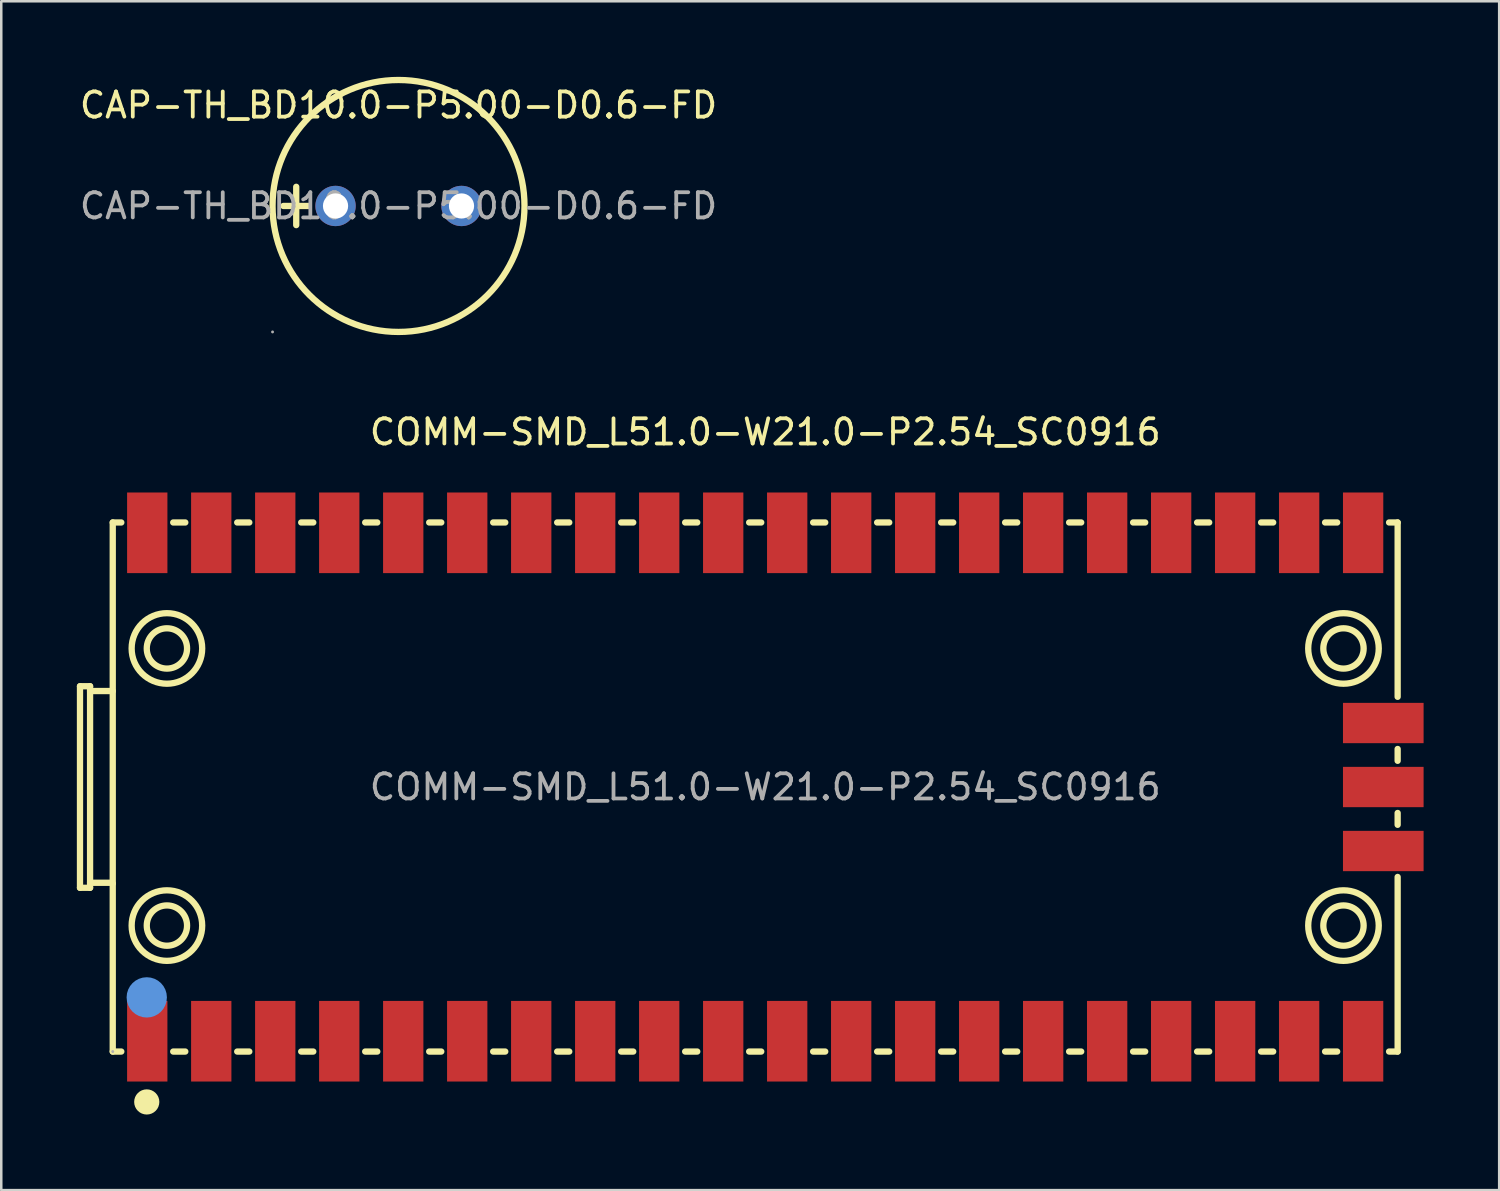
<source format=kicad_pcb>
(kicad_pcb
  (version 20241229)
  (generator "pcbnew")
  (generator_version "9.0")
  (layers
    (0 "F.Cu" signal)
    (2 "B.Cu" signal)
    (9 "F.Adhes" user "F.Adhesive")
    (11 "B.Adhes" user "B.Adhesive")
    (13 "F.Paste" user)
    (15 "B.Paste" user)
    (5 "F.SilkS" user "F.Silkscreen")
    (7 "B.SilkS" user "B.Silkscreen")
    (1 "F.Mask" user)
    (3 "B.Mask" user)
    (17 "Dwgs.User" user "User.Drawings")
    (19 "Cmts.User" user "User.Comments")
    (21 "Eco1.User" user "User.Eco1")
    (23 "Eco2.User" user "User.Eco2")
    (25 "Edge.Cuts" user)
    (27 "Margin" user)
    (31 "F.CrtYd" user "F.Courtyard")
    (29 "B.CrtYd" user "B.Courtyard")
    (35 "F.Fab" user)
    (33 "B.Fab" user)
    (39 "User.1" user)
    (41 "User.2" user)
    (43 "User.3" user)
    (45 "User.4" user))
  (footprint "COMM-SMD_L51.0-W21.0-P2.54_SC0916"
    (layer "F.Cu")
    (at 27.325 28.188)
    (property "Reference" "COMM-SMD_L51.0-W21.0-P2.54_SC0916" (at 0 -14.09 0) (layer "F.SilkS") (effects (font (size 1 1) (thickness 0.15))))
    (attr smd)
    (fp_line (start -27.2 -4) (end -27.2 4) (stroke (width 0.25) (type solid)) (layer "F.SilkS"))
    (fp_line (start -27.2 -4) (end -26.8 -4) (stroke (width 0.25) (type solid)) (layer "F.SilkS"))
    (fp_line (start -26.8 -4) (end -26.8 4) (stroke (width 0.25) (type solid)) (layer "F.SilkS"))
    (fp_line (start -26.8 -3.81) (end -25.9 -3.81) (stroke (width 0.25) (type solid)) (layer "F.SilkS"))
    (fp_line (start -26.8 3.8) (end -25.93 3.8) (stroke (width 0.25) (type solid)) (layer "F.SilkS"))
    (fp_line (start -26.8 4) (end -27.2 4) (stroke (width 0.25) (type solid)) (layer "F.SilkS"))
    (fp_line (start -25.93 3.8) (end -25.9 3.83) (stroke (width 0.25) (type solid)) (layer "F.SilkS"))
    (fp_line (start -25.9 -10.5) (end -25.9 10.5) (stroke (width 0.25) (type solid)) (layer "F.SilkS"))
    (fp_line (start -25.9 10.5) (end -25.56 10.5) (stroke (width 0.25) (type solid)) (layer "F.SilkS"))
    (fp_line (start -25.56 -10.5) (end -25.9 -10.5) (stroke (width 0.25) (type solid)) (layer "F.SilkS"))
    (fp_line (start -23.5 10.5) (end -23.02 10.5) (stroke (width 0.25) (type solid)) (layer "F.SilkS"))
    (fp_line (start -23.02 -10.5) (end -23.5 -10.5) (stroke (width 0.25) (type solid)) (layer "F.SilkS"))
    (fp_line (start -20.96 10.5) (end -20.48 10.5) (stroke (width 0.25) (type solid)) (layer "F.SilkS"))
    (fp_line (start -20.48 -10.5) (end -20.96 -10.5) (stroke (width 0.25) (type solid)) (layer "F.SilkS"))
    (fp_line (start -18.42 10.5) (end -17.94 10.5) (stroke (width 0.25) (type solid)) (layer "F.SilkS"))
    (fp_line (start -17.94 -10.5) (end -18.42 -10.5) (stroke (width 0.25) (type solid)) (layer "F.SilkS"))
    (fp_line (start -15.88 10.5) (end -15.4 10.5) (stroke (width 0.25) (type solid)) (layer "F.SilkS"))
    (fp_line (start -15.4 -10.5) (end -15.88 -10.5) (stroke (width 0.25) (type solid)) (layer "F.SilkS"))
    (fp_line (start -13.34 10.5) (end -12.86 10.5) (stroke (width 0.25) (type solid)) (layer "F.SilkS"))
    (fp_line (start -12.86 -10.5) (end -13.34 -10.5) (stroke (width 0.25) (type solid)) (layer "F.SilkS"))
    (fp_line (start -10.8 10.5) (end -10.32 10.5) (stroke (width 0.25) (type solid)) (layer "F.SilkS"))
    (fp_line (start -10.32 -10.5) (end -10.8 -10.5) (stroke (width 0.25) (type solid)) (layer "F.SilkS"))
    (fp_line (start -8.26 10.5) (end -7.78 10.5) (stroke (width 0.25) (type solid)) (layer "F.SilkS"))
    (fp_line (start -7.78 -10.5) (end -8.26 -10.5) (stroke (width 0.25) (type solid)) (layer "F.SilkS"))
    (fp_line (start -5.72 10.5) (end -5.24 10.5) (stroke (width 0.25) (type solid)) (layer "F.SilkS"))
    (fp_line (start -5.24 -10.5) (end -5.72 -10.5) (stroke (width 0.25) (type solid)) (layer "F.SilkS"))
    (fp_line (start -3.18 10.5) (end -2.7 10.5) (stroke (width 0.25) (type solid)) (layer "F.SilkS"))
    (fp_line (start -2.7 -10.5) (end -3.18 -10.5) (stroke (width 0.25) (type solid)) (layer "F.SilkS"))
    (fp_line (start -0.64 10.5) (end -0.16 10.5) (stroke (width 0.25) (type solid)) (layer "F.SilkS"))
    (fp_line (start -0.16 -10.5) (end -0.64 -10.5) (stroke (width 0.25) (type solid)) (layer "F.SilkS"))
    (fp_line (start 1.9 10.5) (end 2.38 10.5) (stroke (width 0.25) (type solid)) (layer "F.SilkS"))
    (fp_line (start 2.38 -10.5) (end 1.9 -10.5) (stroke (width 0.25) (type solid)) (layer "F.SilkS"))
    (fp_line (start 4.44 10.5) (end 4.92 10.5) (stroke (width 0.25) (type solid)) (layer "F.SilkS"))
    (fp_line (start 4.92 -10.5) (end 4.44 -10.5) (stroke (width 0.25) (type solid)) (layer "F.SilkS"))
    (fp_line (start 6.98 10.5) (end 7.46 10.5) (stroke (width 0.25) (type solid)) (layer "F.SilkS"))
    (fp_line (start 7.46 -10.5) (end 6.98 -10.5) (stroke (width 0.25) (type solid)) (layer "F.SilkS"))
    (fp_line (start 9.52 10.5) (end 10 10.5) (stroke (width 0.25) (type solid)) (layer "F.SilkS"))
    (fp_line (start 10 -10.5) (end 9.52 -10.5) (stroke (width 0.25) (type solid)) (layer "F.SilkS"))
    (fp_line (start 12.06 10.5) (end 12.54 10.5) (stroke (width 0.25) (type solid)) (layer "F.SilkS"))
    (fp_line (start 12.54 -10.5) (end 12.06 -10.5) (stroke (width 0.25) (type solid)) (layer "F.SilkS"))
    (fp_line (start 14.6 10.5) (end 15.08 10.5) (stroke (width 0.25) (type solid)) (layer "F.SilkS"))
    (fp_line (start 15.08 -10.5) (end 14.6 -10.5) (stroke (width 0.25) (type solid)) (layer "F.SilkS"))
    (fp_line (start 17.14 10.5) (end 17.62 10.5) (stroke (width 0.25) (type solid)) (layer "F.SilkS"))
    (fp_line (start 17.62 -10.5) (end 17.14 -10.5) (stroke (width 0.25) (type solid)) (layer "F.SilkS"))
    (fp_line (start 19.68 10.5) (end 20.16 10.5) (stroke (width 0.25) (type solid)) (layer "F.SilkS"))
    (fp_line (start 20.16 -10.5) (end 19.68 -10.5) (stroke (width 0.25) (type solid)) (layer "F.SilkS"))
    (fp_line (start 22.22 10.5) (end 22.7 10.5) (stroke (width 0.25) (type solid)) (layer "F.SilkS"))
    (fp_line (start 22.7 -10.5) (end 22.22 -10.5) (stroke (width 0.25) (type solid)) (layer "F.SilkS"))
    (fp_line (start 24.76 10.5) (end 25.1 10.5) (stroke (width 0.25) (type solid)) (layer "F.SilkS"))
    (fp_line (start 25.1 -10.5) (end 24.76 -10.5) (stroke (width 0.25) (type solid)) (layer "F.SilkS"))
    (fp_line (start 25.1 -3.58) (end 25.1 -10.5) (stroke (width 0.25) (type solid)) (layer "F.SilkS"))
    (fp_line (start 25.1 -1.04) (end 25.1 -1.51) (stroke (width 0.25) (type solid)) (layer "F.SilkS"))
    (fp_line (start 25.1 1.5) (end 25.1 1.03) (stroke (width 0.25) (type solid)) (layer "F.SilkS"))
    (fp_line (start 25.1 10.5) (end 25.1 3.57) (stroke (width 0.25) (type solid)) (layer "F.SilkS"))
    (fp_circle (center -24.55 12.5) (end -24.3 12.5) (stroke (width 0.5) (type solid)) (fill no) (layer "F.SilkS"))
    (fp_circle (center -23.75 -5.5) (end -22.95 -5.5) (stroke (width 0.25) (type solid)) (fill no) (layer "F.SilkS"))
    (fp_circle (center -23.75 -5.5) (end -22.35 -5.5) (stroke (width 0.25) (type solid)) (fill no) (layer "F.SilkS"))
    (fp_circle (center -23.75 5.5) (end -22.95 5.5) (stroke (width 0.25) (type solid)) (fill no) (layer "F.SilkS"))
    (fp_circle (center -23.75 5.5) (end -22.35 5.5) (stroke (width 0.25) (type solid)) (fill no) (layer "F.SilkS"))
    (fp_circle (center 22.95 -5.5) (end 23.75 -5.5) (stroke (width 0.25) (type solid)) (fill no) (layer "F.SilkS"))
    (fp_circle (center 22.95 -5.5) (end 24.35 -5.5) (stroke (width 0.25) (type solid)) (fill no) (layer "F.SilkS"))
    (fp_circle (center 22.95 5.5) (end 23.75 5.5) (stroke (width 0.25) (type solid)) (fill no) (layer "F.SilkS"))
    (fp_circle (center 22.95 5.5) (end 24.35 5.5) (stroke (width 0.25) (type solid)) (fill no) (layer "F.SilkS"))
    (fp_circle (center -24.55 8.35) (end -24.15 8.35) (stroke (width 0.8) (type solid)) (fill no) (layer "Cmts.User"))
    (fp_circle (center -25.9 10.5) (end -25.87 10.5) (stroke (width 0.06) (type solid)) (fill no) (layer "F.Fab"))
    (fp_text user "${REFERENCE}" (at 0 0 0) (layer "F.Fab") (effects (font (size 1 1) (thickness 0.15))))
    (pad "1" smd rect (at -24.53 10.09) (size 1.6 3.2) (layers "F.Cu" "F.Mask" "F.Paste"))
    (pad "2" smd rect (at -21.99 10.09) (size 1.6 3.2) (layers "F.Cu" "F.Mask" "F.Paste"))
    (pad "3" smd rect (at -19.45 10.09) (size 1.6 3.2) (layers "F.Cu" "F.Mask" "F.Paste"))
    (pad "4" smd rect (at -16.91 10.09) (size 1.6 3.2) (layers "F.Cu" "F.Mask" "F.Paste"))
    (pad "5" smd rect (at -14.37 10.09) (size 1.6 3.2) (layers "F.Cu" "F.Mask" "F.Paste"))
    (pad "6" smd rect (at -11.83 10.09) (size 1.6 3.2) (layers "F.Cu" "F.Mask" "F.Paste"))
    (pad "7" smd rect (at -9.29 10.09) (size 1.6 3.2) (layers "F.Cu" "F.Mask" "F.Paste"))
    (pad "8" smd rect (at -6.75 10.09) (size 1.6 3.2) (layers "F.Cu" "F.Mask" "F.Paste"))
    (pad "9" smd rect (at -4.21 10.09) (size 1.6 3.2) (layers "F.Cu" "F.Mask" "F.Paste"))
    (pad "10" smd rect (at -1.67 10.09) (size 1.6 3.2) (layers "F.Cu" "F.Mask" "F.Paste"))
    (pad "11" smd rect (at 0.87 10.09) (size 1.6 3.2) (layers "F.Cu" "F.Mask" "F.Paste"))
    (pad "12" smd rect (at 3.41 10.09) (size 1.6 3.2) (layers "F.Cu" "F.Mask" "F.Paste"))
    (pad "13" smd rect (at 5.95 10.09) (size 1.6 3.2) (layers "F.Cu" "F.Mask" "F.Paste"))
    (pad "14" smd rect (at 8.49 10.09) (size 1.6 3.2) (layers "F.Cu" "F.Mask" "F.Paste"))
    (pad "15" smd rect (at 11.03 10.09) (size 1.6 3.2) (layers "F.Cu" "F.Mask" "F.Paste"))
    (pad "16" smd rect (at 13.57 10.09) (size 1.6 3.2) (layers "F.Cu" "F.Mask" "F.Paste"))
    (pad "17" smd rect (at 16.11 10.09) (size 1.6 3.2) (layers "F.Cu" "F.Mask" "F.Paste"))
    (pad "18" smd rect (at 18.65 10.09) (size 1.6 3.2) (layers "F.Cu" "F.Mask" "F.Paste"))
    (pad "19" smd rect (at 21.19 10.09) (size 1.6 3.2) (layers "F.Cu" "F.Mask" "F.Paste"))
    (pad "20" smd rect (at 23.73 10.09) (size 1.6 3.2) (layers "F.Cu" "F.Mask" "F.Paste"))
    (pad "21" smd rect (at 23.73 -10.09) (size 1.6 3.2) (layers "F.Cu" "F.Mask" "F.Paste"))
    (pad "22" smd rect (at 21.19 -10.09) (size 1.6 3.2) (layers "F.Cu" "F.Mask" "F.Paste"))
    (pad "23" smd rect (at 18.65 -10.09) (size 1.6 3.2) (layers "F.Cu" "F.Mask" "F.Paste"))
    (pad "24" smd rect (at 16.11 -10.09) (size 1.6 3.2) (layers "F.Cu" "F.Mask" "F.Paste"))
    (pad "25" smd rect (at 13.57 -10.09) (size 1.6 3.2) (layers "F.Cu" "F.Mask" "F.Paste"))
    (pad "26" smd rect (at 11.03 -10.09) (size 1.6 3.2) (layers "F.Cu" "F.Mask" "F.Paste"))
    (pad "27" smd rect (at 8.49 -10.09) (size 1.6 3.2) (layers "F.Cu" "F.Mask" "F.Paste"))
    (pad "28" smd rect (at 5.95 -10.09) (size 1.6 3.2) (layers "F.Cu" "F.Mask" "F.Paste"))
    (pad "29" smd rect (at 3.41 -10.09) (size 1.6 3.2) (layers "F.Cu" "F.Mask" "F.Paste"))
    (pad "30" smd rect (at 0.87 -10.09) (size 1.6 3.2) (layers "F.Cu" "F.Mask" "F.Paste"))
    (pad "31" smd rect (at -1.67 -10.09) (size 1.6 3.2) (layers "F.Cu" "F.Mask" "F.Paste"))
    (pad "32" smd rect (at -4.21 -10.09) (size 1.6 3.2) (layers "F.Cu" "F.Mask" "F.Paste"))
    (pad "33" smd rect (at -6.75 -10.09) (size 1.6 3.2) (layers "F.Cu" "F.Mask" "F.Paste"))
    (pad "34" smd rect (at -9.29 -10.09) (size 1.6 3.2) (layers "F.Cu" "F.Mask" "F.Paste"))
    (pad "35" smd rect (at -11.83 -10.09) (size 1.6 3.2) (layers "F.Cu" "F.Mask" "F.Paste"))
    (pad "36" smd rect (at -14.37 -10.09) (size 1.6 3.2) (layers "F.Cu" "F.Mask" "F.Paste"))
    (pad "37" smd rect (at -16.91 -10.09) (size 1.6 3.2) (layers "F.Cu" "F.Mask" "F.Paste"))
    (pad "38" smd rect (at -19.45 -10.09) (size 1.6 3.2) (layers "F.Cu" "F.Mask" "F.Paste"))
    (pad "39" smd rect (at -21.99 -10.09) (size 1.6 3.2) (layers "F.Cu" "F.Mask" "F.Paste"))
    (pad "40" smd rect (at -24.53 -10.09) (size 1.6 3.2) (layers "F.Cu" "F.Mask" "F.Paste"))
    (pad "41" smd rect (at 24.53 2.54 90) (size 1.6 3.2) (layers "F.Cu" "F.Mask" "F.Paste"))
    (pad "42" smd rect (at 24.53 0 90) (size 1.6 3.2) (layers "F.Cu" "F.Mask" "F.Paste"))
    (pad "43" smd rect (at 24.53 -2.54 90) (size 1.6 3.2) (layers "F.Cu" "F.Mask" "F.Paste")))
  (footprint "CAP-TH_BD10.0-P5.00-D0.6-FD"
    (layer "F.Cu")
    (at 12.768 5.125)
    (property "Reference" "CAP-TH_BD10.0-P5.00-D0.6-FD" (at 0 -4 0) (layer "F.SilkS") (effects (font (size 1 1) (thickness 0.15))))
    (attr through_hole)
    (fp_line (start -4.57 0) (end -3.56 0) (stroke (width 0.25) (type solid)) (layer "F.SilkS"))
    (fp_line (start -4.06 -0.76) (end -4.06 0.76) (stroke (width 0.25) (type solid)) (layer "F.SilkS"))
    (fp_circle (center 0 0) (end 5 0) (stroke (width 0.25) (type solid)) (fill no) (layer "F.SilkS"))
    (fp_circle (center -5 5) (end -4.97 5) (stroke (width 0.06) (type solid)) (fill no) (layer "F.Fab"))
    (fp_circle (center -2.5 0) (end -2.35 0) (stroke (width 0.3) (type solid)) (fill no) (layer "F.Fab"))
    (fp_circle (center 2.5 0) (end 2.65 0) (stroke (width 0.3) (type solid)) (fill no) (layer "F.Fab"))
    (fp_text user "${REFERENCE}" (at 0 0 0) (layer "F.Fab") (effects (font (size 1 1) (thickness 0.15))))
    (pad "1" thru_hole circle (at -2.5 0) (size 1.6 1.6) (drill 1) (layers "*.Cu" "*.Mask"))
    (pad "2" thru_hole circle (at 2.5 0) (size 1.6 1.6) (drill 1) (layers "*.Cu" "*.Mask")))
  (gr_rect
    (start -3 -3)
    (end 56.455 44.188)
    (stroke (width 0.1) (type default))
    (fill no)
    (layer "Edge.Cuts")))
</source>
